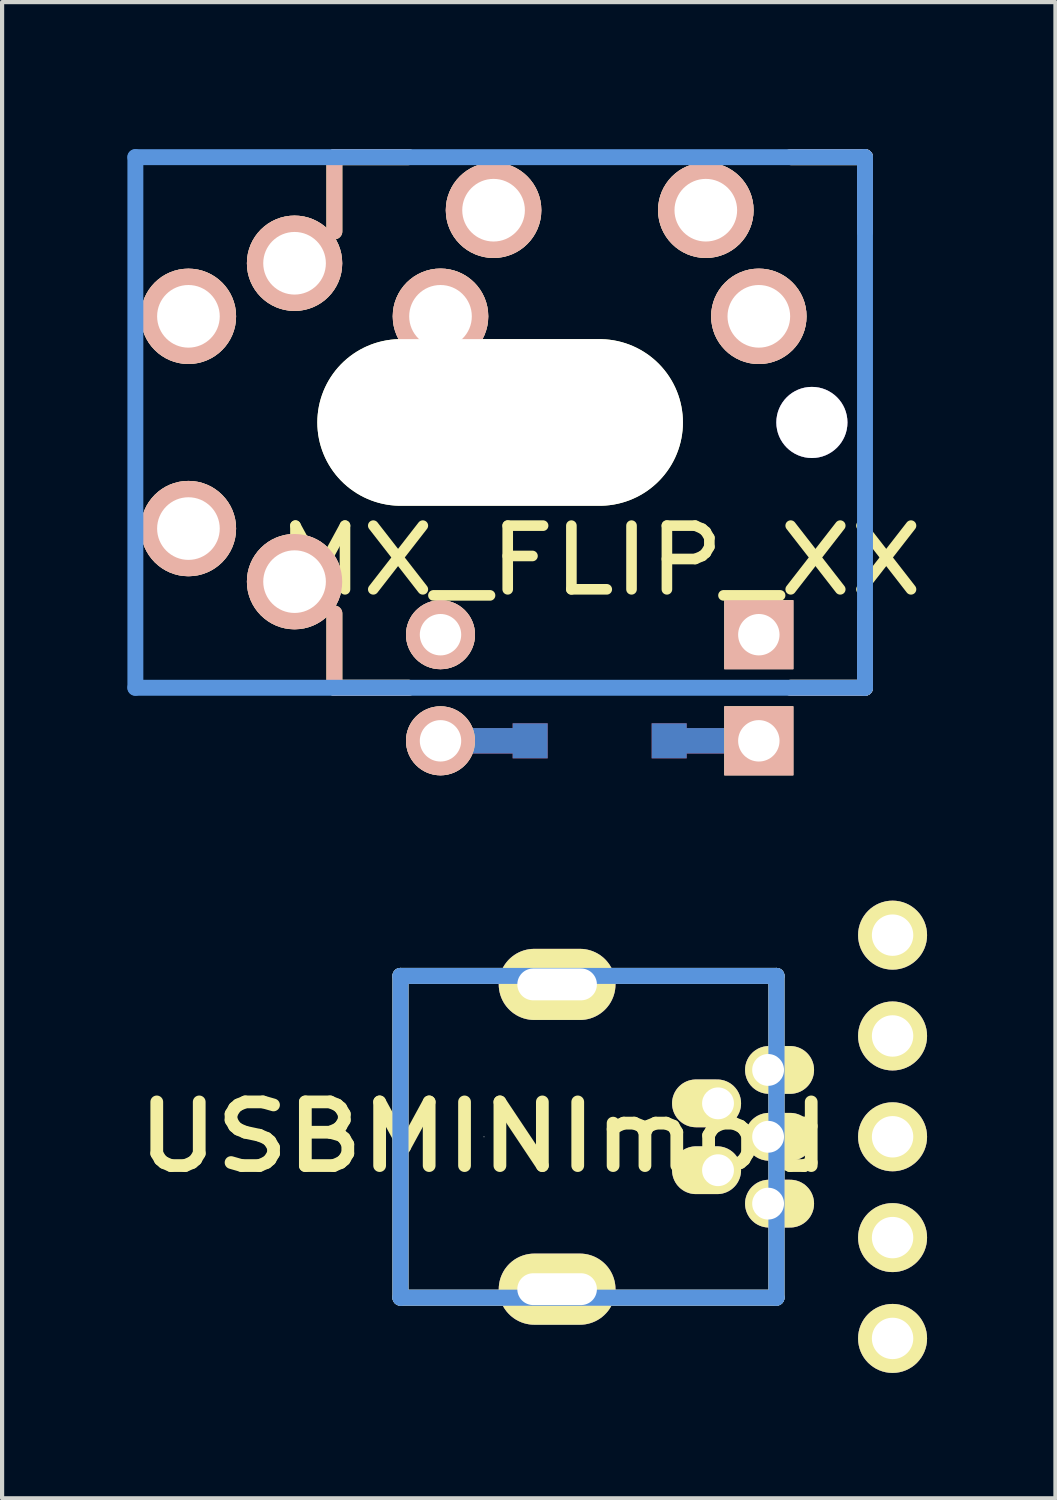
<source format=kicad_pcb>
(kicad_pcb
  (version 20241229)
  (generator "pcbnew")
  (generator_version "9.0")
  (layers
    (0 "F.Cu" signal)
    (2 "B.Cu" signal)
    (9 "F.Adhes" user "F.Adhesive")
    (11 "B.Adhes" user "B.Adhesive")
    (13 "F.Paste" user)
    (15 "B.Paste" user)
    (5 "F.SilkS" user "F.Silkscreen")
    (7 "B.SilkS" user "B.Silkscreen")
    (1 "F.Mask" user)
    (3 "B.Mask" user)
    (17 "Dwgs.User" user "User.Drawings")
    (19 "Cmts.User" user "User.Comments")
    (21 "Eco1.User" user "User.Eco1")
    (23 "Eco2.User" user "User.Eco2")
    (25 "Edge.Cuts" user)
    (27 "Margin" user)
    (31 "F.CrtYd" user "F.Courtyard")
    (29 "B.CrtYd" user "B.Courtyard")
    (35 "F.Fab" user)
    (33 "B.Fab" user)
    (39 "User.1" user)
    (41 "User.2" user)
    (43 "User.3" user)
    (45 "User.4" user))
  (footprint "MX_FLIP_XX"
    (layer "F.Cu")
    (at 6.54 7.061)
    (property "Reference" "MX_FLIP_XX" (at 4.763 3.302 0) (layer "F.SilkS") (effects (font (size 1.524 1.778) (thickness 0.254))))
    (attr through_hole)
    (fp_line (start 0.953 7.62) (end 3.099 7.62) (stroke (width 0.61) (type solid)) (layer "F.Cu"))
    (fp_line (start 6.426 7.62) (end 8.572 7.62) (stroke (width 0.61) (type solid)) (layer "F.Cu"))
    (fp_line (start 0.953 7.62) (end 3.099 7.62) (stroke (width 0.61) (type solid)) (layer "B.Cu"))
    (fp_line (start 6.426 7.62) (end 8.572 7.62) (stroke (width 0.61) (type solid)) (layer "B.Cu"))
    (fp_line (start -1.587 -6.35) (end 0.191 -6.35) (stroke (width 0.381) (type solid)) (layer "F.SilkS"))
    (fp_line (start -1.587 -4.572) (end -1.587 -6.35) (stroke (width 0.381) (type solid)) (layer "F.SilkS"))
    (fp_line (start -1.587 6.35) (end -1.587 4.572) (stroke (width 0.381) (type solid)) (layer "F.SilkS"))
    (fp_line (start 0.191 6.35) (end -1.587 6.35) (stroke (width 0.381) (type solid)) (layer "F.SilkS"))
    (fp_line (start 9.335 -6.35) (end 11.113 -6.35) (stroke (width 0.381) (type solid)) (layer "F.SilkS"))
    (fp_line (start 11.113 -6.35) (end 11.113 -4.572) (stroke (width 0.381) (type solid)) (layer "F.SilkS"))
    (fp_line (start 11.113 4.572) (end 11.113 6.35) (stroke (width 0.381) (type solid)) (layer "F.SilkS"))
    (fp_line (start 11.113 6.35) (end 9.335 6.35) (stroke (width 0.381) (type solid)) (layer "F.SilkS"))
    (fp_line (start -1.587 -6.35) (end 0.191 -6.35) (stroke (width 0.381) (type solid)) (layer "B.SilkS"))
    (fp_line (start -1.587 -4.572) (end -1.587 -6.35) (stroke (width 0.381) (type solid)) (layer "B.SilkS"))
    (fp_line (start -1.587 6.35) (end -1.587 4.572) (stroke (width 0.381) (type solid)) (layer "B.SilkS"))
    (fp_line (start 0.191 6.35) (end -1.587 6.35) (stroke (width 0.381) (type solid)) (layer "B.SilkS"))
    (fp_line (start 9.335 -6.35) (end 11.113 -6.35) (stroke (width 0.381) (type solid)) (layer "B.SilkS"))
    (fp_line (start 11.113 -6.35) (end 11.113 -4.572) (stroke (width 0.381) (type solid)) (layer "B.SilkS"))
    (fp_line (start 11.113 4.572) (end 11.113 6.35) (stroke (width 0.381) (type solid)) (layer "B.SilkS"))
    (fp_line (start 11.113 6.35) (end 9.335 6.35) (stroke (width 0.381) (type solid)) (layer "B.SilkS"))
    (fp_line (start -6.35 -6.35) (end 11.113 -6.35) (stroke (width 0.381) (type solid)) (layer "Cmts.User"))
    (fp_line (start -6.35 6.35) (end -6.35 -6.35) (stroke (width 0.381) (type solid)) (layer "Cmts.User"))
    (fp_line (start 11.113 -6.35) (end 11.113 6.35) (stroke (width 0.381) (type solid)) (layer "Cmts.User"))
    (fp_line (start 11.113 6.35) (end -6.35 6.35) (stroke (width 0.381) (type solid)) (layer "Cmts.User"))
    (fp_line (start -3.035 -6.005) (end -2.223 -6.005) (stroke (width 0.152) (type solid)) (layer "Eco2.User"))
    (fp_line (start -3.035 -2.504) (end -3.035 -6.005) (stroke (width 0.152) (type solid)) (layer "Eco2.User"))
    (fp_line (start -3.035 2.504) (end -2.223 2.504) (stroke (width 0.152) (type solid)) (layer "Eco2.User"))
    (fp_line (start -3.035 6.005) (end -3.035 2.504) (stroke (width 0.152) (type solid)) (layer "Eco2.User"))
    (fp_line (start -2.223 -6.985) (end 11.748 -6.985) (stroke (width 0.152) (type solid)) (layer "Eco2.User"))
    (fp_line (start -2.223 -6.005) (end -2.223 -6.985) (stroke (width 0.152) (type solid)) (layer "Eco2.User"))
    (fp_line (start -2.223 -2.504) (end -3.035 -2.504) (stroke (width 0.152) (type solid)) (layer "Eco2.User"))
    (fp_line (start -2.223 2.504) (end -2.223 -2.504) (stroke (width 0.152) (type solid)) (layer "Eco2.User"))
    (fp_line (start -2.223 6.005) (end -3.035 6.005) (stroke (width 0.152) (type solid)) (layer "Eco2.User"))
    (fp_line (start -2.223 6.985) (end -2.223 6.005) (stroke (width 0.152) (type solid)) (layer "Eco2.User"))
    (fp_line (start 11.748 -6.985) (end 11.748 -6.005) (stroke (width 0.152) (type solid)) (layer "Eco2.User"))
    (fp_line (start 11.748 -6.005) (end 12.56 -6.005) (stroke (width 0.152) (type solid)) (layer "Eco2.User"))
    (fp_line (start 11.748 -2.504) (end 11.748 2.504) (stroke (width 0.152) (type solid)) (layer "Eco2.User"))
    (fp_line (start 11.748 2.504) (end 12.56 2.504) (stroke (width 0.152) (type solid)) (layer "Eco2.User"))
    (fp_line (start 11.748 6.005) (end 11.748 6.985) (stroke (width 0.152) (type solid)) (layer "Eco2.User"))
    (fp_line (start 11.748 6.985) (end -2.223 6.985) (stroke (width 0.152) (type solid)) (layer "Eco2.User"))
    (fp_line (start 12.56 -6.005) (end 12.56 -2.504) (stroke (width 0.152) (type solid)) (layer "Eco2.User"))
    (fp_line (start 12.56 -2.504) (end 11.748 -2.504) (stroke (width 0.152) (type solid)) (layer "Eco2.User"))
    (fp_line (start 12.56 2.504) (end 12.56 6.005) (stroke (width 0.152) (type solid)) (layer "Eco2.User"))
    (fp_line (start 12.56 6.005) (end 11.748 6.005) (stroke (width 0.152) (type solid)) (layer "Eco2.User"))
    (pad "" np_thru_hole oval (at 2.38 0) (size 8.75 3.988) (drill oval 8.75 3.988) (layers "*.Cu" "*.Mask" "F.SilkS"))
    (pad "0" thru_hole circle (at 9.842 0) (size 1.702 1.702) (drill 1.702) (layers "*.Cu"))
    (pad "1" thru_hole circle (at -5.08 -2.54) (size 2.281 2.281) (drill 1.499) (layers "*.Cu" "*.SilkS" "*.Mask"))
    (pad "1" thru_hole circle (at -2.54 -3.81) (size 2.281 2.281) (drill 1.499) (layers "*.Cu" "*.SilkS" "*.Mask"))
    (pad "1" thru_hole circle (at 7.303 -5.08) (size 2.286 2.286) (drill 1.499) (layers "*.Cu" "*.SilkS" "*.Mask"))
    (pad "1" thru_hole circle (at 8.572 -2.54) (size 2.283 2.283) (drill 1.499) (layers "*.Cu" "*.SilkS" "*.Mask"))
    (pad "2" thru_hole circle (at -5.08 2.54) (size 2.281 2.281) (drill 1.499) (layers "*.Cu" "*.SilkS" "*.Mask"))
    (pad "2" thru_hole circle (at -2.54 3.81) (size 2.281 2.281) (drill 1.499) (layers "*.Cu" "*.SilkS" "*.Mask"))
    (pad "2" thru_hole circle (at 0.953 -2.54) (size 2.286 2.286) (drill 1.499) (layers "*.Cu" "*.SilkS" "*.Mask"))
    (pad "2" thru_hole circle (at 2.223 -5.08) (size 2.286 2.286) (drill 1.499) (layers "*.Cu" "*.SilkS" "*.Mask"))
    (pad "3" thru_hole circle (at 0.953 5.08) (size 1.651 1.651) (drill 0.991) (layers "*.Cu" "*.SilkS" "*.Mask"))
    (pad "3" thru_hole circle (at 0.953 7.62) (size 1.651 1.651) (drill 0.991) (layers "*.Cu" "*.SilkS" "*.Mask"))
    (pad "4" thru_hole rect (at 8.572 5.08) (size 1.651 1.651) (drill 0.991) (layers "*.Cu" "*.SilkS" "*.Mask"))
    (pad "4" thru_hole rect (at 8.572 7.62) (size 1.651 1.651) (drill 0.991) (layers "*.Cu" "*.SilkS" "*.Mask"))
    (pad "99" smd rect (at 3.099 7.62) (size 0.838 0.838) (layers "F.Cu" "F.Mask" "F.Paste"))
    (pad "99" smd rect (at 3.099 7.62) (size 0.838 0.838) (layers "B.Cu" "B.Mask" "B.Paste"))
    (pad "99" smd rect (at 6.426 7.62) (size 0.838 0.838) (layers "F.Cu" "F.Mask" "F.Paste"))
    (pad "99" smd rect (at 6.426 7.62) (size 0.838 0.838) (layers "B.Cu" "B.Mask" "B.Paste")))
  (footprint "USBMINImod"
    (layer "F.Cu")
    (at 8.534 24.158)
    (property "Reference" "USBMINImod" (at 0 0 0) (layer "F.SilkS") (effects (font (size 1.524 1.778) (thickness 0.305))))
    (attr through_hole)
    (fp_line (start -1.999 -3.851) (end 7 -3.851) (stroke (width 0.381) (type solid)) (layer "F.SilkS"))
    (fp_line (start -1.999 3.851) (end -1.999 -3.851) (stroke (width 0.381) (type solid)) (layer "F.SilkS"))
    (fp_line (start 7 -3.851) (end 7 3.851) (stroke (width 0.381) (type solid)) (layer "F.SilkS"))
    (fp_line (start 7 3.851) (end -1.999 3.851) (stroke (width 0.381) (type solid)) (layer "F.SilkS"))
    (fp_line (start -1.999 -3.851) (end 7 -3.851) (stroke (width 0.381) (type solid)) (layer "Dwgs.User"))
    (fp_line (start -1.999 3.851) (end -1.999 -3.851) (stroke (width 0.381) (type solid)) (layer "Dwgs.User"))
    (fp_line (start 0 0) (end 0 0) (stroke (width 0.025) (type solid)) (layer "Dwgs.User"))
    (fp_line (start 7 -3.851) (end 7 3.851) (stroke (width 0.381) (type solid)) (layer "Dwgs.User"))
    (fp_line (start 7 3.851) (end -1.999 3.851) (stroke (width 0.381) (type solid)) (layer "Dwgs.User"))
    (fp_line (start -1.999 -3.851) (end 7 -3.851) (stroke (width 0.381) (type solid)) (layer "Cmts.User"))
    (fp_line (start -1.999 3.851) (end -1.999 -3.851) (stroke (width 0.381) (type solid)) (layer "Cmts.User"))
    (fp_line (start 7 -3.851) (end 7 3.851) (stroke (width 0.381) (type solid)) (layer "Cmts.User"))
    (fp_line (start 7 3.851) (end -1.999 3.851) (stroke (width 0.381) (type solid)) (layer "Cmts.User"))
    (pad "1" thru_hole oval (at 6.8 -1.6) (size 1.651 1.143) (drill 0.762 (offset 0.274 0)) (layers "*.Cu" "*.Mask" "F.SilkS"))
    (pad "1" thru_hole circle (at 9.779 -4.826) (size 1.651 1.651) (drill 0.991) (layers "*.Cu" "*.Mask" "F.SilkS"))
    (pad "2" thru_hole oval (at 5.601 -0.8) (size 1.651 1.143) (drill 0.762 (offset -0.274 0)) (layers "*.Cu" "*.Mask" "F.SilkS"))
    (pad "2" thru_hole circle (at 9.779 -2.413) (size 1.651 1.651) (drill 0.991) (layers "*.Cu" "*.Mask" "F.SilkS"))
    (pad "3" thru_hole oval (at 6.8 0) (size 1.651 1.143) (drill 0.762 (offset 0.274 0)) (layers "*.Cu" "*.Mask" "F.SilkS"))
    (pad "3" thru_hole circle (at 9.779 0) (size 1.651 1.651) (drill 0.991) (layers "*.Cu" "*.Mask" "F.SilkS"))
    (pad "4" thru_hole oval (at 5.601 0.8) (size 1.651 1.143) (drill 0.762 (offset -0.274 0)) (layers "*.Cu" "*.Mask" "F.SilkS"))
    (pad "4" thru_hole circle (at 9.779 2.413) (size 1.651 1.651) (drill 0.991) (layers "*.Cu" "*.Mask" "F.SilkS"))
    (pad "5" thru_hole oval (at 6.8 1.6) (size 1.651 1.143) (drill 0.762 (offset 0.274 0)) (layers "*.Cu" "*.Mask" "F.SilkS"))
    (pad "5" thru_hole circle (at 9.779 4.826) (size 1.651 1.651) (drill 0.991) (layers "*.Cu" "*.Mask" "F.SilkS"))
    (pad "6" thru_hole oval (at 1.75 -3.647) (size 2.794 1.702) (drill oval 1.905 0.762) (layers "*.Cu" "*.Mask" "F.SilkS"))
    (pad "6" thru_hole oval (at 1.75 3.647) (size 2.794 1.702) (drill oval 1.905 0.762) (layers "*.Cu" "*.Mask" "F.SilkS")))
  (gr_rect
    (start -3 -3)
    (end 22.211 32.81)
    (stroke (width 0.1) (type default))
    (fill no)
    (layer "Edge.Cuts")))
</source>
